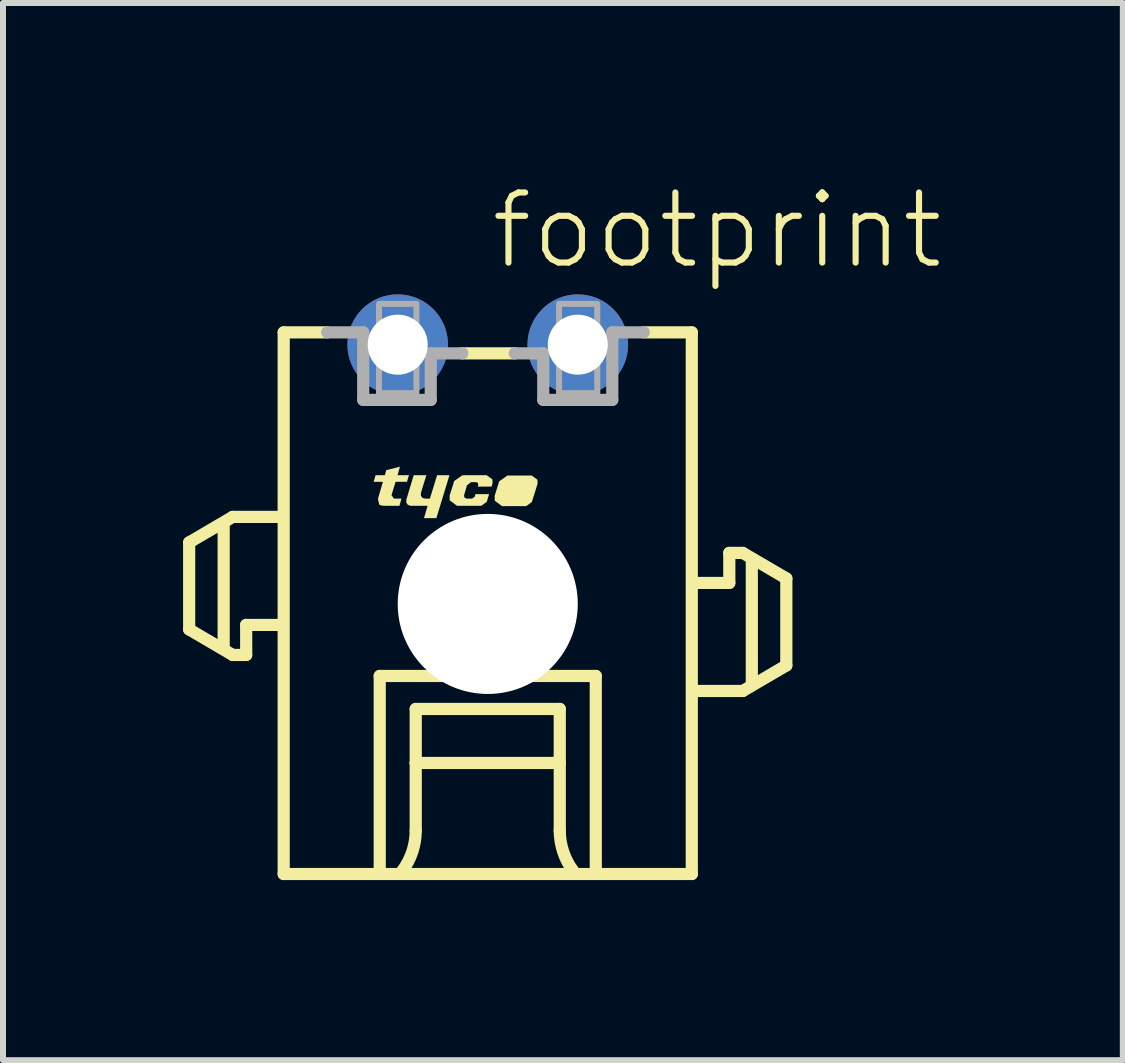
<source format=kicad_pcb>
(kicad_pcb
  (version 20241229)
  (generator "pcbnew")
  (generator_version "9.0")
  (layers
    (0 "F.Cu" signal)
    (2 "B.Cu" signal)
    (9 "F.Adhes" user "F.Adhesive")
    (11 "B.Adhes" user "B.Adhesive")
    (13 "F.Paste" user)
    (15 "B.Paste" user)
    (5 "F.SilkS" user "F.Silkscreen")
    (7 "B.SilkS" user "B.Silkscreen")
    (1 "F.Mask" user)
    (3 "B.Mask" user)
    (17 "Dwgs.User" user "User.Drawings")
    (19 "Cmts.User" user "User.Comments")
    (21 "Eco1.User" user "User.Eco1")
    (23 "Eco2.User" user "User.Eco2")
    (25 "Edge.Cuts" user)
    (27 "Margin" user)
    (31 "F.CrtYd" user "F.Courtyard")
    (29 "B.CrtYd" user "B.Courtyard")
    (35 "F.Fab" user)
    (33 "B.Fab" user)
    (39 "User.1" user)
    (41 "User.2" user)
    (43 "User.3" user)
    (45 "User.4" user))
  (footprint "footprint"
    (layer "F.Cu")
    (at 5.077 7.013)
    (property "Reference" "footprint" (at 0 -5.54 0) (layer "F.SilkS") (effects (font (size 1.168 1.168) (thickness 0.102)) (justify left bottom)))
    (fp_line (start -4.975 -1.025) (end -4.975 0.425) (stroke (width 0.203) (type solid)) (layer "F.SilkS"))
    (fp_line (start -4.975 0.425) (end -4.25 0.85) (stroke (width 0.203) (type solid)) (layer "F.SilkS"))
    (fp_line (start -4.4 0.7) (end -4.4 -1.3) (stroke (width 0.203) (type solid)) (layer "F.SilkS"))
    (fp_line (start -4.25 -1.45) (end -4.975 -1.025) (stroke (width 0.203) (type solid)) (layer "F.SilkS"))
    (fp_line (start -4.25 0.85) (end -4.025 0.85) (stroke (width 0.203) (type solid)) (layer "F.SilkS"))
    (fp_line (start -4.025 0.35) (end -3.5 0.35) (stroke (width 0.203) (type solid)) (layer "F.SilkS"))
    (fp_line (start -4.025 0.85) (end -4.025 0.35) (stroke (width 0.203) (type solid)) (layer "F.SilkS"))
    (fp_line (start -3.5 -1.45) (end -4.25 -1.45) (stroke (width 0.203) (type solid)) (layer "F.SilkS"))
    (fp_line (start -3.4 -4.525) (end -3.4 4.5) (stroke (width 0.203) (type solid)) (layer "F.SilkS"))
    (fp_line (start -3.4 -4.525) (end -2.675 -4.525) (stroke (width 0.203) (type solid)) (layer "F.SilkS"))
    (fp_line (start -3.4 4.5) (end 3.4 4.5) (stroke (width 0.203) (type solid)) (layer "F.SilkS"))
    (fp_line (start -1.8 1.2) (end 1.8 1.2) (stroke (width 0.203) (type solid)) (layer "F.SilkS"))
    (fp_line (start -1.8 4.4) (end -1.8 1.2) (stroke (width 0.203) (type solid)) (layer "F.SilkS"))
    (fp_line (start -1.2 1.75) (end -1.2 2.65) (stroke (width 0.203) (type solid)) (layer "F.SilkS"))
    (fp_line (start -1.2 2.65) (end -1.2 3.775) (stroke (width 0.203) (type solid)) (layer "F.SilkS"))
    (fp_line (start -1.2 2.65) (end 1.2 2.65) (stroke (width 0.203) (type solid)) (layer "F.SilkS"))
    (fp_line (start 0.45 -4.175) (end -0.425 -4.175) (stroke (width 0.203) (type solid)) (layer "F.SilkS"))
    (fp_line (start 1.2 1.75) (end -1.2 1.75) (stroke (width 0.203) (type solid)) (layer "F.SilkS"))
    (fp_line (start 1.2 2.65) (end 1.2 1.75) (stroke (width 0.203) (type solid)) (layer "F.SilkS"))
    (fp_line (start 1.2 2.65) (end 1.2 3.775) (stroke (width 0.203) (type solid)) (layer "F.SilkS"))
    (fp_line (start 1.8 1.2) (end 1.8 4.4) (stroke (width 0.203) (type solid)) (layer "F.SilkS"))
    (fp_line (start 3.4 -4.525) (end 2.6 -4.525) (stroke (width 0.203) (type solid)) (layer "F.SilkS"))
    (fp_line (start 3.4 4.5) (end 3.4 -4.525) (stroke (width 0.203) (type solid)) (layer "F.SilkS"))
    (fp_line (start 3.5 1.45) (end 4.25 1.45) (stroke (width 0.203) (type solid)) (layer "F.SilkS"))
    (fp_line (start 4.025 -0.85) (end 4.025 -0.35) (stroke (width 0.203) (type solid)) (layer "F.SilkS"))
    (fp_line (start 4.025 -0.35) (end 3.5 -0.35) (stroke (width 0.203) (type solid)) (layer "F.SilkS"))
    (fp_line (start 4.25 -0.85) (end 4.025 -0.85) (stroke (width 0.203) (type solid)) (layer "F.SilkS"))
    (fp_line (start 4.25 1.45) (end 4.975 1.025) (stroke (width 0.203) (type solid)) (layer "F.SilkS"))
    (fp_line (start 4.4 1.3) (end 4.4 -0.7) (stroke (width 0.203) (type solid)) (layer "F.SilkS"))
    (fp_line (start 4.975 -0.425) (end 4.25 -0.85) (stroke (width 0.203) (type solid)) (layer "F.SilkS"))
    (fp_line (start 4.975 1.025) (end 4.975 -0.425) (stroke (width 0.203) (type solid)) (layer "F.SilkS"))
    (fp_arc (start -1.2 3.775) (mid -1.257731 4.130756) (end -1.425 4.449999) (stroke (width 0.2032) (type solid)) (layer "F.SilkS"))
    (fp_arc (start 1.425 4.449999) (mid 1.257732 4.130756) (end 1.2 3.775) (stroke (width 0.2032) (type solid)) (layer "F.SilkS"))
    (fp_poly (pts (xy -1.115 -1.844) (xy -1.113 -1.799) (xy -1.084 -1.764) (xy -1.039 -1.755) (xy -0.964 -1.755) (xy -0.844 -2.145) (xy -0.638 -2.145) (xy -0.856 -1.43) (xy -1.062 -1.43) (xy -1.002 -1.635) (xy -1.286 -1.635) (xy -1.332 -1.651) (xy -1.359 -1.693) (xy -1.355 -1.741) (xy -1.234 -2.145) (xy -1.023 -2.145)) (stroke (width 0) (type solid)) (fill yes) (layer "F.SilkS"))
    (fp_poly (pts (xy 0.829 -2.069) (xy 0.83 -2.004) (xy 0.777 -1.83) (xy 0.777 -1.83) (xy 0.775 -1.823) (xy 0.774 -1.82) (xy 0.774 -1.82) (xy 0.734 -1.697) (xy 0.642 -1.63) (xy 0.238 -1.63) (xy 0.116 -1.72) (xy 0.115 -1.801) (xy 0.115 -1.802) (xy 0.191 -2.043) (xy 0.328 -2.14) (xy 0.732 -2.14)) (stroke (width 0) (type solid)) (fill yes) (layer "F.SilkS"))
    (fp_poly (pts (xy -1.503 -2.145) (xy -1.313 -2.145) (xy -1.346 -2.035) (xy -1.536 -2.035) (xy -1.604 -1.811) (xy -1.562 -1.755) (xy -1.438 -1.755) (xy -1.471 -1.635) (xy -1.75 -1.635) (xy -1.75 -1.645) (xy -1.755 -1.645) (xy -1.755 -1.64) (xy -1.757 -1.635) (xy -1.807 -1.653) (xy -1.83 -1.75) (xy -1.747 -2.035) (xy -1.902 -2.035) (xy -1.869 -2.145) (xy -1.714 -2.145) (xy -1.692 -2.229) (xy -1.463 -2.287)) (stroke (width 0) (type solid)) (fill yes) (layer "F.SilkS"))
    (fp_poly (pts (xy 0.079 -2.074) (xy 0.08 -2.01) (xy 0.08 -2.009) (xy 0.064 -1.955) (xy -0.167 -1.955) (xy -0.16 -1.976) (xy -0.158 -2.001) (xy -0.172 -2.022) (xy -0.196 -2.03) (xy -0.278 -2.03) (xy -0.346 -1.977) (xy -0.395 -1.81) (xy -0.388 -1.772) (xy -0.354 -1.755) (xy -0.262 -1.755) (xy -0.219 -1.783) (xy -0.204 -1.83) (xy 0.022 -1.83) (xy -0.016 -1.702) (xy -0.108 -1.635) (xy -0.512 -1.635) (xy -0.634 -1.725) (xy -0.635 -1.805) (xy -0.635 -1.806) (xy -0.559 -2.048) (xy -0.423 -2.144) (xy -0.42 -2.14) (xy -0.42 -2.135) (xy -0.415 -2.135) (xy -0.415 -2.145) (xy -0.018 -2.145)) (stroke (width 0) (type solid)) (fill yes) (layer "F.SilkS"))
    (fp_line (start -2.075 -4.525) (end -2.675 -4.525) (stroke (width 0.203) (type solid)) (layer "F.Fab"))
    (fp_line (start -2.075 -3.4) (end -2.075 -4.525) (stroke (width 0.203) (type solid)) (layer "F.Fab"))
    (fp_line (start -0.95 -4.175) (end -0.95 -3.4) (stroke (width 0.203) (type solid)) (layer "F.Fab"))
    (fp_line (start -0.95 -3.4) (end -2.075 -3.4) (stroke (width 0.203) (type solid)) (layer "F.Fab"))
    (fp_line (start -0.425 -4.175) (end -0.95 -4.175) (stroke (width 0.203) (type solid)) (layer "F.Fab"))
    (fp_line (start 0.925 -4.175) (end 0.45 -4.175) (stroke (width 0.203) (type solid)) (layer "F.Fab"))
    (fp_line (start 0.925 -3.4) (end 0.925 -4.175) (stroke (width 0.203) (type solid)) (layer "F.Fab"))
    (fp_line (start 2.075 -4.525) (end 2.075 -3.4) (stroke (width 0.203) (type solid)) (layer "F.Fab"))
    (fp_line (start 2.075 -3.4) (end 0.925 -3.4) (stroke (width 0.203) (type solid)) (layer "F.Fab"))
    (fp_line (start 2.6 -4.525) (end 2.075 -4.525) (stroke (width 0.203) (type solid)) (layer "F.Fab"))
    (fp_poly (pts (xy -1.812 -3.513) (xy -1.188 -3.513) (xy -1.188 -5) (xy -1.812 -5)) (stroke (width 0.1) (type solid)) (fill no) (layer "F.Fab"))
    (fp_poly (pts (xy 1.188 -3.513) (xy 1.825 -3.513) (xy 1.825 -5) (xy 1.188 -5)) (stroke (width 0.1) (type solid)) (fill no) (layer "F.Fab"))
    (pad "" np_thru_hole circle (at 0 0) (size 3 3) (drill 3) (layers "*.Cu" "*.Mask"))
    (pad "1" thru_hole circle (at 1.5 -4.32) (size 1.676 1.676) (drill 1) (layers "*.Cu" "*.Mask"))
    (pad "2" thru_hole circle (at -1.5 -4.32) (size 1.676 1.676) (drill 1) (layers "*.Cu" "*.Mask")))
  (gr_rect
    (start -3 -3)
    (end 15.659 14.615)
    (stroke (width 0.1) (type default))
    (fill no)
    (layer "Edge.Cuts")))
</source>
